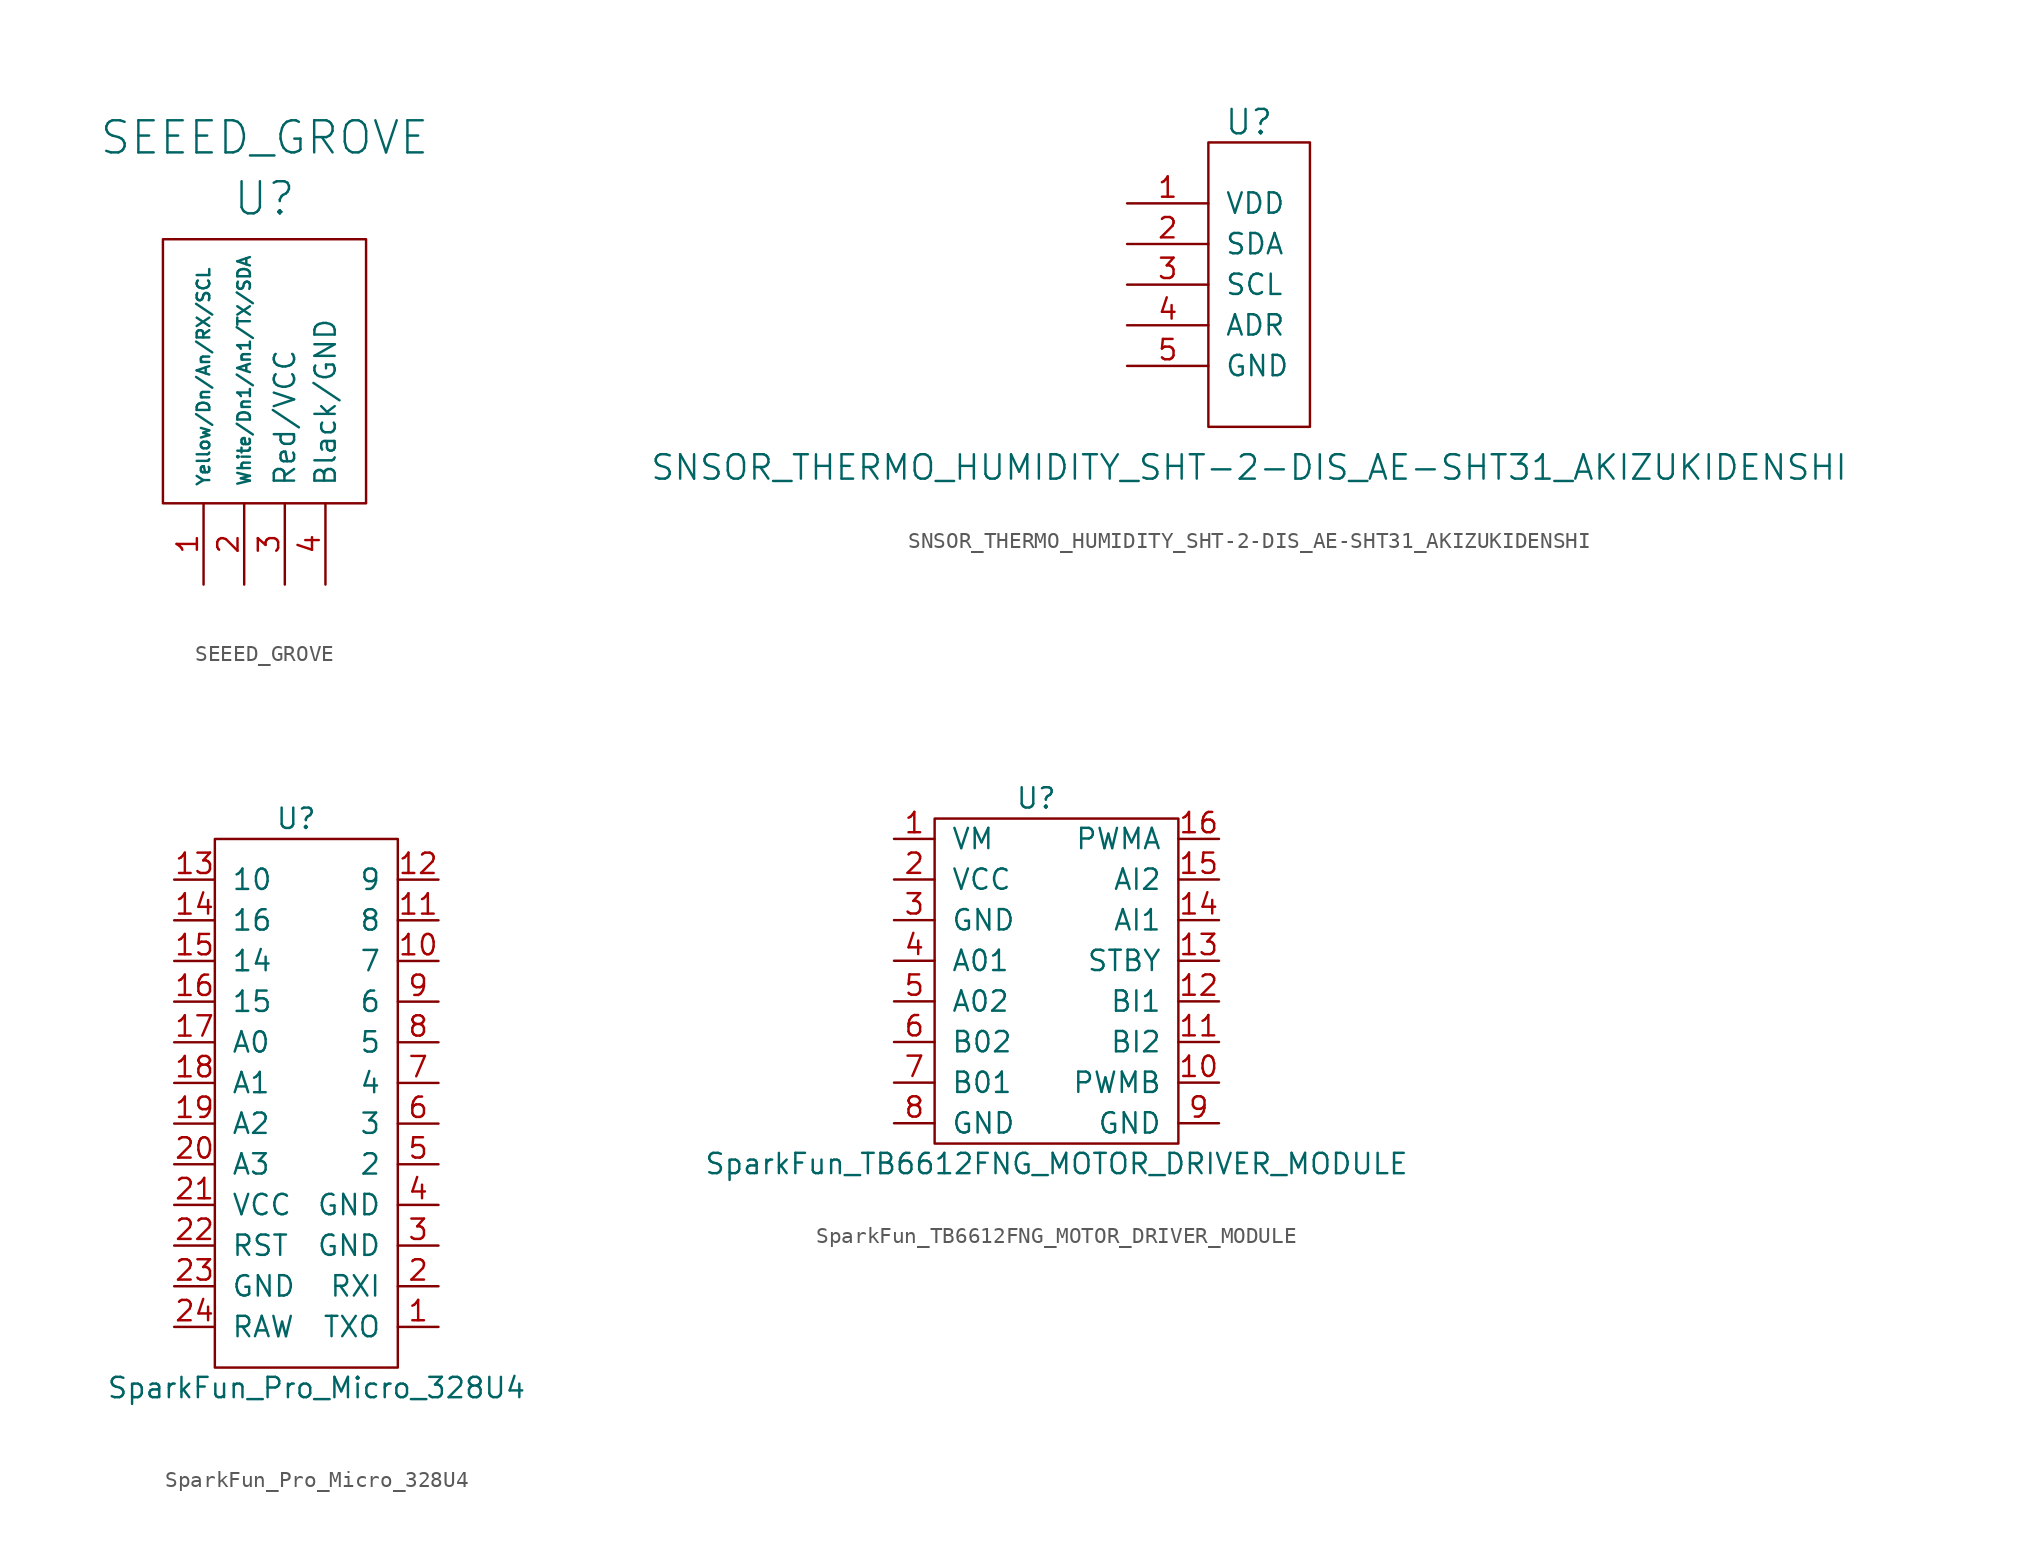
<source format=kicad_sym>
(kicad_symbol_lib
  (version 20220914)
  (generator kicad_symbol_editor)
  (symbol "SEEED_GROVE"
    (pin_names
      (offset 1.016))
    (property "Reference" "U"
      (at 0 16.51 0)
      (effects (font (size 2.007 2.007))))
    (property "Value" "SEEED_GROVE"
      (at 0 20.32 0)
      (effects (font (size 2.007 2.007))))
    (symbol "SEEED_GROVE_0_1"
      (rectangle (start -6.35 13.97) (end 6.35 -2.54) (stroke (width 0) (type solid)) (fill (type none))))
    (symbol "SEEED_GROVE_1_1"
      (pin input line (at -3.81 -7.62 90) (length 5.08) (name "Yellow/Dn/An/RX/SCL" (effects (font (size 0.787 0.787)))) (number "1" (effects (font (size 1.27 1.27)))))
      (pin input line (at -1.27 -7.62 90) (length 5.08) (name "White/Dn1/An1/TX/SDA" (effects (font (size 0.787 0.787)))) (number "2" (effects (font (size 1.27 1.27)))))
      (pin power_in line (at 1.27 -7.62 90) (length 5.08) (name "Red/VCC" (effects (font (size 1.27 1.27)))) (number "3" (effects (font (size 1.27 1.27)))))
      (pin power_in line (at 3.81 -7.62 90) (length 5.08) (name "Black/GND" (effects (font (size 1.27 1.27)))) (number "4" (effects (font (size 1.27 1.27)))))))
  (symbol "SNSOR_THERMO_HUMIDITY_SHT-2-DIS_AE-SHT31_AKIZUKIDENSHI"
    (pin_names
      (offset 1.016))
    (property "Reference" "U"
      (at 0 10.16 0)
      (effects (font (size 1.524 1.524))))
    (property "Value" "SNSOR_THERMO_HUMIDITY_SHT-2-DIS_AE-SHT31_AKIZUKIDENSHI"
      (at 0 -11.43 0)
      (effects (font (size 1.524 1.524))))
    (property "Footprint" ""
      (at 0 -10.16 0)
      (effects (font (size 1.524 1.524))))
    (property "Datasheet" ""
      (at 0 -10.16 0)
      (effects (font (size 1.524 1.524))))
    (symbol "SNSOR_THERMO_HUMIDITY_SHT-2-DIS_AE-SHT31_AKIZUKIDENSHI_0_1"
      (rectangle (start -2.54 8.89) (end 3.81 -8.89) (stroke (width 0) (type solid)) (fill (type none))))
    (symbol "SNSOR_THERMO_HUMIDITY_SHT-2-DIS_AE-SHT31_AKIZUKIDENSHI_1_1"
      (pin input line (at -7.62 5.08 0) (length 5.08) (name "VDD" (effects (font (size 1.27 1.27)))) (number "1" (effects (font (size 1.27 1.27)))))
      (pin input line (at -7.62 2.54 0) (length 5.08) (name "SDA" (effects (font (size 1.27 1.27)))) (number "2" (effects (font (size 1.27 1.27)))))
      (pin input line (at -7.62 0 0) (length 5.08) (name "SCL" (effects (font (size 1.27 1.27)))) (number "3" (effects (font (size 1.27 1.27)))))
      (pin input line (at -7.62 -2.54 0) (length 5.08) (name "ADR" (effects (font (size 1.27 1.27)))) (number "4" (effects (font (size 1.27 1.27)))))
      (pin input line (at -7.62 -5.08 0) (length 5.08) (name "GND" (effects (font (size 1.27 1.27)))) (number "5" (effects (font (size 1.27 1.27)))))))
  (symbol "SparkFun_Pro_Micro_328U4"
    (pin_names
      (offset 1.016))
    (property "Reference" "U"
      (at -1.27 17.78 0)
      (effects (font (size 1.27 1.27))))
    (property "Value" "SparkFun_Pro_Micro_328U4"
      (at 0 -17.78 0)
      (effects (font (size 1.27 1.27))))
    (symbol "SparkFun_Pro_Micro_328U4_0_1"
      (rectangle (start -6.35 16.51) (end 5.08 -16.51) (stroke (width 0) (type solid)) (fill (type none))))
    (symbol "SparkFun_Pro_Micro_328U4_1_1"
      (pin input line (at 7.62 -13.97 180) (length 2.54) (name "TXO" (effects (font (size 1.27 1.27)))) (number "1" (effects (font (size 1.27 1.27)))))
      (pin bidirectional line (at 7.62 8.89 180) (length 2.54) (name "7" (effects (font (size 1.27 1.27)))) (number "10" (effects (font (size 1.27 1.27)))))
      (pin bidirectional line (at 7.62 11.43 180) (length 2.54) (name "8" (effects (font (size 1.27 1.27)))) (number "11" (effects (font (size 1.27 1.27)))))
      (pin bidirectional line (at 7.62 13.97 180) (length 2.54) (name "9" (effects (font (size 1.27 1.27)))) (number "12" (effects (font (size 1.27 1.27)))))
      (pin bidirectional line (at -8.89 13.97 0) (length 2.54) (name "10" (effects (font (size 1.27 1.27)))) (number "13" (effects (font (size 1.27 1.27)))))
      (pin bidirectional line (at -8.89 11.43 0) (length 2.54) (name "16" (effects (font (size 1.27 1.27)))) (number "14" (effects (font (size 1.27 1.27)))))
      (pin bidirectional line (at -8.89 8.89 0) (length 2.54) (name "14" (effects (font (size 1.27 1.27)))) (number "15" (effects (font (size 1.27 1.27)))))
      (pin bidirectional line (at -8.89 6.35 0) (length 2.54) (name "15" (effects (font (size 1.27 1.27)))) (number "16" (effects (font (size 1.27 1.27)))))
      (pin bidirectional line (at -8.89 3.81 0) (length 2.54) (name "A0" (effects (font (size 1.27 1.27)))) (number "17" (effects (font (size 1.27 1.27)))))
      (pin bidirectional line (at -8.89 1.27 0) (length 2.54) (name "A1" (effects (font (size 1.27 1.27)))) (number "18" (effects (font (size 1.27 1.27)))))
      (pin bidirectional line (at -8.89 -1.27 0) (length 2.54) (name "A2" (effects (font (size 1.27 1.27)))) (number "19" (effects (font (size 1.27 1.27)))))
      (pin input line (at 7.62 -11.43 180) (length 2.54) (name "RXI" (effects (font (size 1.27 1.27)))) (number "2" (effects (font (size 1.27 1.27)))))
      (pin bidirectional line (at -8.89 -3.81 0) (length 2.54) (name "A3" (effects (font (size 1.27 1.27)))) (number "20" (effects (font (size 1.27 1.27)))))
      (pin power_in line (at -8.89 -6.35 0) (length 2.54) (name "VCC" (effects (font (size 1.27 1.27)))) (number "21" (effects (font (size 1.27 1.27)))))
      (pin power_in line (at -8.89 -8.89 0) (length 2.54) (name "RST" (effects (font (size 1.27 1.27)))) (number "22" (effects (font (size 1.27 1.27)))))
      (pin power_in line (at -8.89 -11.43 0) (length 2.54) (name "GND" (effects (font (size 1.27 1.27)))) (number "23" (effects (font (size 1.27 1.27)))))
      (pin power_in line (at -8.89 -13.97 0) (length 2.54) (name "RAW" (effects (font (size 1.27 1.27)))) (number "24" (effects (font (size 1.27 1.27)))))
      (pin power_in line (at 7.62 -8.89 180) (length 2.54) (name "GND" (effects (font (size 1.27 1.27)))) (number "3" (effects (font (size 1.27 1.27)))))
      (pin power_in line (at 7.62 -6.35 180) (length 2.54) (name "GND" (effects (font (size 1.27 1.27)))) (number "4" (effects (font (size 1.27 1.27)))))
      (pin bidirectional line (at 7.62 -3.81 180) (length 2.54) (name "2" (effects (font (size 1.27 1.27)))) (number "5" (effects (font (size 1.27 1.27)))))
      (pin bidirectional line (at 7.62 -1.27 180) (length 2.54) (name "3" (effects (font (size 1.27 1.27)))) (number "6" (effects (font (size 1.27 1.27)))))
      (pin bidirectional line (at 7.62 1.27 180) (length 2.54) (name "4" (effects (font (size 1.27 1.27)))) (number "7" (effects (font (size 1.27 1.27)))))
      (pin bidirectional line (at 7.62 3.81 180) (length 2.54) (name "5" (effects (font (size 1.27 1.27)))) (number "8" (effects (font (size 1.27 1.27)))))
      (pin bidirectional line (at 7.62 6.35 180) (length 2.54) (name "6" (effects (font (size 1.27 1.27)))) (number "9" (effects (font (size 1.27 1.27)))))))
  (symbol "SparkFun_TB6612FNG_MOTOR_DRIVER_MODULE"
    (pin_names
      (offset 1.016))
    (property "Reference" "U"
      (at -1.27 11.43 0)
      (effects (font (size 1.27 1.27))))
    (property "Value" "SparkFun_TB6612FNG_MOTOR_DRIVER_MODULE"
      (at 0 -11.43 0)
      (effects (font (size 1.27 1.27))))
    (symbol "SparkFun_TB6612FNG_MOTOR_DRIVER_MODULE_0_1"
      (rectangle (start -7.62 10.16) (end 7.62 -10.16) (stroke (width 0) (type solid)) (fill (type none))))
    (symbol "SparkFun_TB6612FNG_MOTOR_DRIVER_MODULE_1_1"
      (pin power_in line (at -10.16 8.89 0) (length 2.54) (name "VM" (effects (font (size 1.27 1.27)))) (number "1" (effects (font (size 1.27 1.27)))))
      (pin input line (at 10.16 -6.35 180) (length 2.54) (name "PWMB" (effects (font (size 1.27 1.27)))) (number "10" (effects (font (size 1.27 1.27)))))
      (pin input line (at 10.16 -3.81 180) (length 2.54) (name "BI2" (effects (font (size 1.27 1.27)))) (number "11" (effects (font (size 1.27 1.27)))))
      (pin input line (at 10.16 -1.27 180) (length 2.54) (name "BI1" (effects (font (size 1.27 1.27)))) (number "12" (effects (font (size 1.27 1.27)))))
      (pin input line (at 10.16 1.27 180) (length 2.54) (name "STBY" (effects (font (size 1.27 1.27)))) (number "13" (effects (font (size 1.27 1.27)))))
      (pin input line (at 10.16 3.81 180) (length 2.54) (name "AI1" (effects (font (size 1.27 1.27)))) (number "14" (effects (font (size 1.27 1.27)))))
      (pin input line (at 10.16 6.35 180) (length 2.54) (name "AI2" (effects (font (size 1.27 1.27)))) (number "15" (effects (font (size 1.27 1.27)))))
      (pin input line (at 10.16 8.89 180) (length 2.54) (name "PWMA" (effects (font (size 1.27 1.27)))) (number "16" (effects (font (size 1.27 1.27)))))
      (pin power_in line (at -10.16 6.35 0) (length 2.54) (name "VCC" (effects (font (size 1.27 1.27)))) (number "2" (effects (font (size 1.27 1.27)))))
      (pin power_in line (at -10.16 3.81 0) (length 2.54) (name "GND" (effects (font (size 1.27 1.27)))) (number "3" (effects (font (size 1.27 1.27)))))
      (pin output line (at -10.16 1.27 0) (length 2.54) (name "A01" (effects (font (size 1.27 1.27)))) (number "4" (effects (font (size 1.27 1.27)))))
      (pin output line (at -10.16 -1.27 0) (length 2.54) (name "A02" (effects (font (size 1.27 1.27)))) (number "5" (effects (font (size 1.27 1.27)))))
      (pin output line (at -10.16 -3.81 0) (length 2.54) (name "B02" (effects (font (size 1.27 1.27)))) (number "6" (effects (font (size 1.27 1.27)))))
      (pin output line (at -10.16 -6.35 0) (length 2.54) (name "B01" (effects (font (size 1.27 1.27)))) (number "7" (effects (font (size 1.27 1.27)))))
      (pin power_in line (at -10.16 -8.89 0) (length 2.54) (name "GND" (effects (font (size 1.27 1.27)))) (number "8" (effects (font (size 1.27 1.27)))))
      (pin power_in line (at 10.16 -8.89 180) (length 2.54) (name "GND" (effects (font (size 1.27 1.27)))) (number "9" (effects (font (size 1.27 1.27))))))))
</source>
